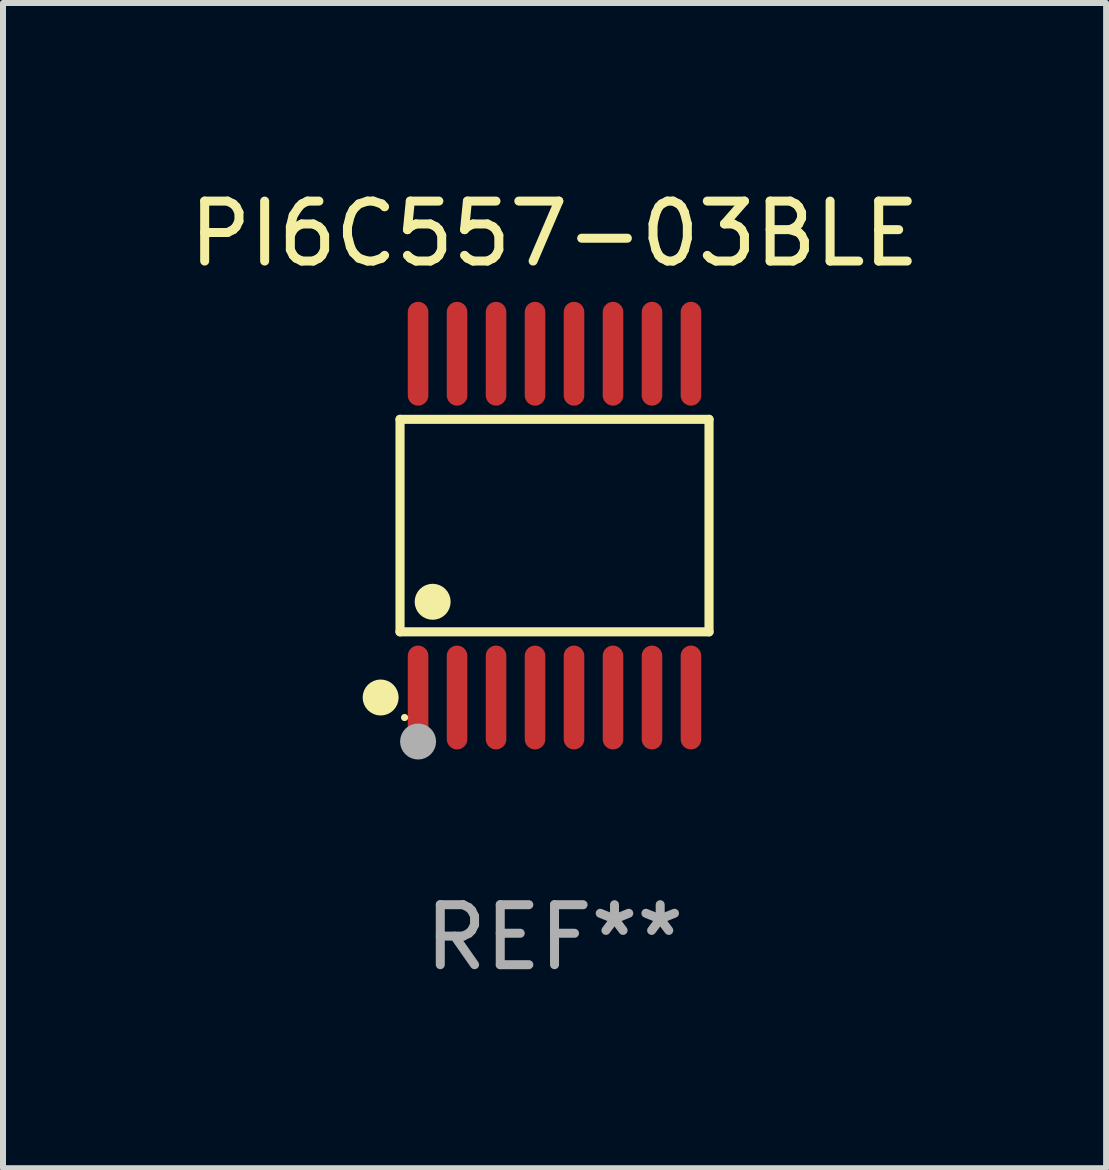
<source format=kicad_pcb>
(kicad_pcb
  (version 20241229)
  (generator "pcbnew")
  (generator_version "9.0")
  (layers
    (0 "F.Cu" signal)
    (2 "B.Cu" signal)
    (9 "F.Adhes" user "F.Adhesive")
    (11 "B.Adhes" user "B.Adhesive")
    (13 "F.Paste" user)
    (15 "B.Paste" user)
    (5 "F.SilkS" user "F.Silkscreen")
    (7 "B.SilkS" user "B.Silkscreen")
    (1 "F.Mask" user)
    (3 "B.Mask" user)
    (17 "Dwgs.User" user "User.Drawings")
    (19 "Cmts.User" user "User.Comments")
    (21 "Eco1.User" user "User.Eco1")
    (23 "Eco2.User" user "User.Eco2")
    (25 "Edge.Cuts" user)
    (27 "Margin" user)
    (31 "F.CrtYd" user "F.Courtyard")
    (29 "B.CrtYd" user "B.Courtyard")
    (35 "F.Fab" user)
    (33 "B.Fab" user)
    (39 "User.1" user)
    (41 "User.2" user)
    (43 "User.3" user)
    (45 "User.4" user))
  (footprint "PI6C557-03BLE"
    (layer "F.Cu")
    (at 6.196 5.714)
    (property "Reference" "PI6C557-03BLE" (at 0 -4.866 0) (layer "F.SilkS") (effects (font (size 1 1) (thickness 0.15))))
    (attr through_hole)
    (fp_line (start -2.576 -1.772) (end 2.576 -1.772) (stroke (width 0.152) (type solid)) (layer "F.SilkS"))
    (fp_line (start -2.576 1.771) (end -2.576 -1.772) (stroke (width 0.152) (type solid)) (layer "F.SilkS"))
    (fp_line (start 2.576 -1.772) (end 2.576 1.771) (stroke (width 0.152) (type solid)) (layer "F.SilkS"))
    (fp_line (start 2.576 1.771) (end -2.576 1.771) (stroke (width 0.152) (type solid)) (layer "F.SilkS"))
    (fp_circle (center -2.899 2.866) (end -2.749 2.866) (stroke (width 0.3) (type solid)) (fill no) (layer "F.SilkS"))
    (fp_circle (center -2.5 3.2) (end -2.47 3.2) (stroke (width 0.06) (type solid)) (fill no) (layer "F.SilkS"))
    (fp_circle (center -2.032 1.27) (end -1.882 1.27) (stroke (width 0.3) (type solid)) (fill no) (layer "F.SilkS"))
    (fp_circle (center -2.275 3.6) (end -2.125 3.6) (stroke (width 0.3) (type solid)) (fill no) (layer "F.Fab"))
    (fp_text user "REF**" (at 0 6.866 0) (layer "F.Fab") (effects (font (size 1 1) (thickness 0.15))))
    (pad "1" smd oval (at -2.275 2.866) (size 0.343 1.731) (layers "F.Cu" "F.Mask" "F.Paste"))
    (pad "2" smd oval (at -1.625 2.866) (size 0.343 1.731) (layers "F.Cu" "F.Mask" "F.Paste"))
    (pad "3" smd oval (at -0.975 2.866) (size 0.343 1.731) (layers "F.Cu" "F.Mask" "F.Paste"))
    (pad "4" smd oval (at -0.325 2.866) (size 0.343 1.731) (layers "F.Cu" "F.Mask" "F.Paste"))
    (pad "5" smd oval (at 0.325 2.866) (size 0.343 1.731) (layers "F.Cu" "F.Mask" "F.Paste"))
    (pad "6" smd oval (at 0.975 2.866) (size 0.343 1.731) (layers "F.Cu" "F.Mask" "F.Paste"))
    (pad "7" smd oval (at 1.625 2.866) (size 0.343 1.731) (layers "F.Cu" "F.Mask" "F.Paste"))
    (pad "8" smd oval (at 2.275 2.866) (size 0.343 1.731) (layers "F.Cu" "F.Mask" "F.Paste"))
    (pad "9" smd oval (at 2.275 -2.866) (size 0.343 1.731) (layers "F.Cu" "F.Mask" "F.Paste"))
    (pad "10" smd oval (at 1.625 -2.866) (size 0.343 1.731) (layers "F.Cu" "F.Mask" "F.Paste"))
    (pad "11" smd oval (at 0.975 -2.866) (size 0.343 1.731) (layers "F.Cu" "F.Mask" "F.Paste"))
    (pad "12" smd oval (at 0.325 -2.866) (size 0.343 1.731) (layers "F.Cu" "F.Mask" "F.Paste"))
    (pad "13" smd oval (at -0.325 -2.866) (size 0.343 1.731) (layers "F.Cu" "F.Mask" "F.Paste"))
    (pad "14" smd oval (at -0.975 -2.866) (size 0.343 1.731) (layers "F.Cu" "F.Mask" "F.Paste"))
    (pad "15" smd oval (at -1.625 -2.866) (size 0.343 1.731) (layers "F.Cu" "F.Mask" "F.Paste"))
    (pad "16" smd oval (at -2.275 -2.866) (size 0.343 1.731) (layers "F.Cu" "F.Mask" "F.Paste")))
  (gr_rect
    (start -3 -3)
    (end 15.393 16.428)
    (stroke (width 0.1) (type default))
    (fill no)
    (layer "Edge.Cuts")))
</source>
